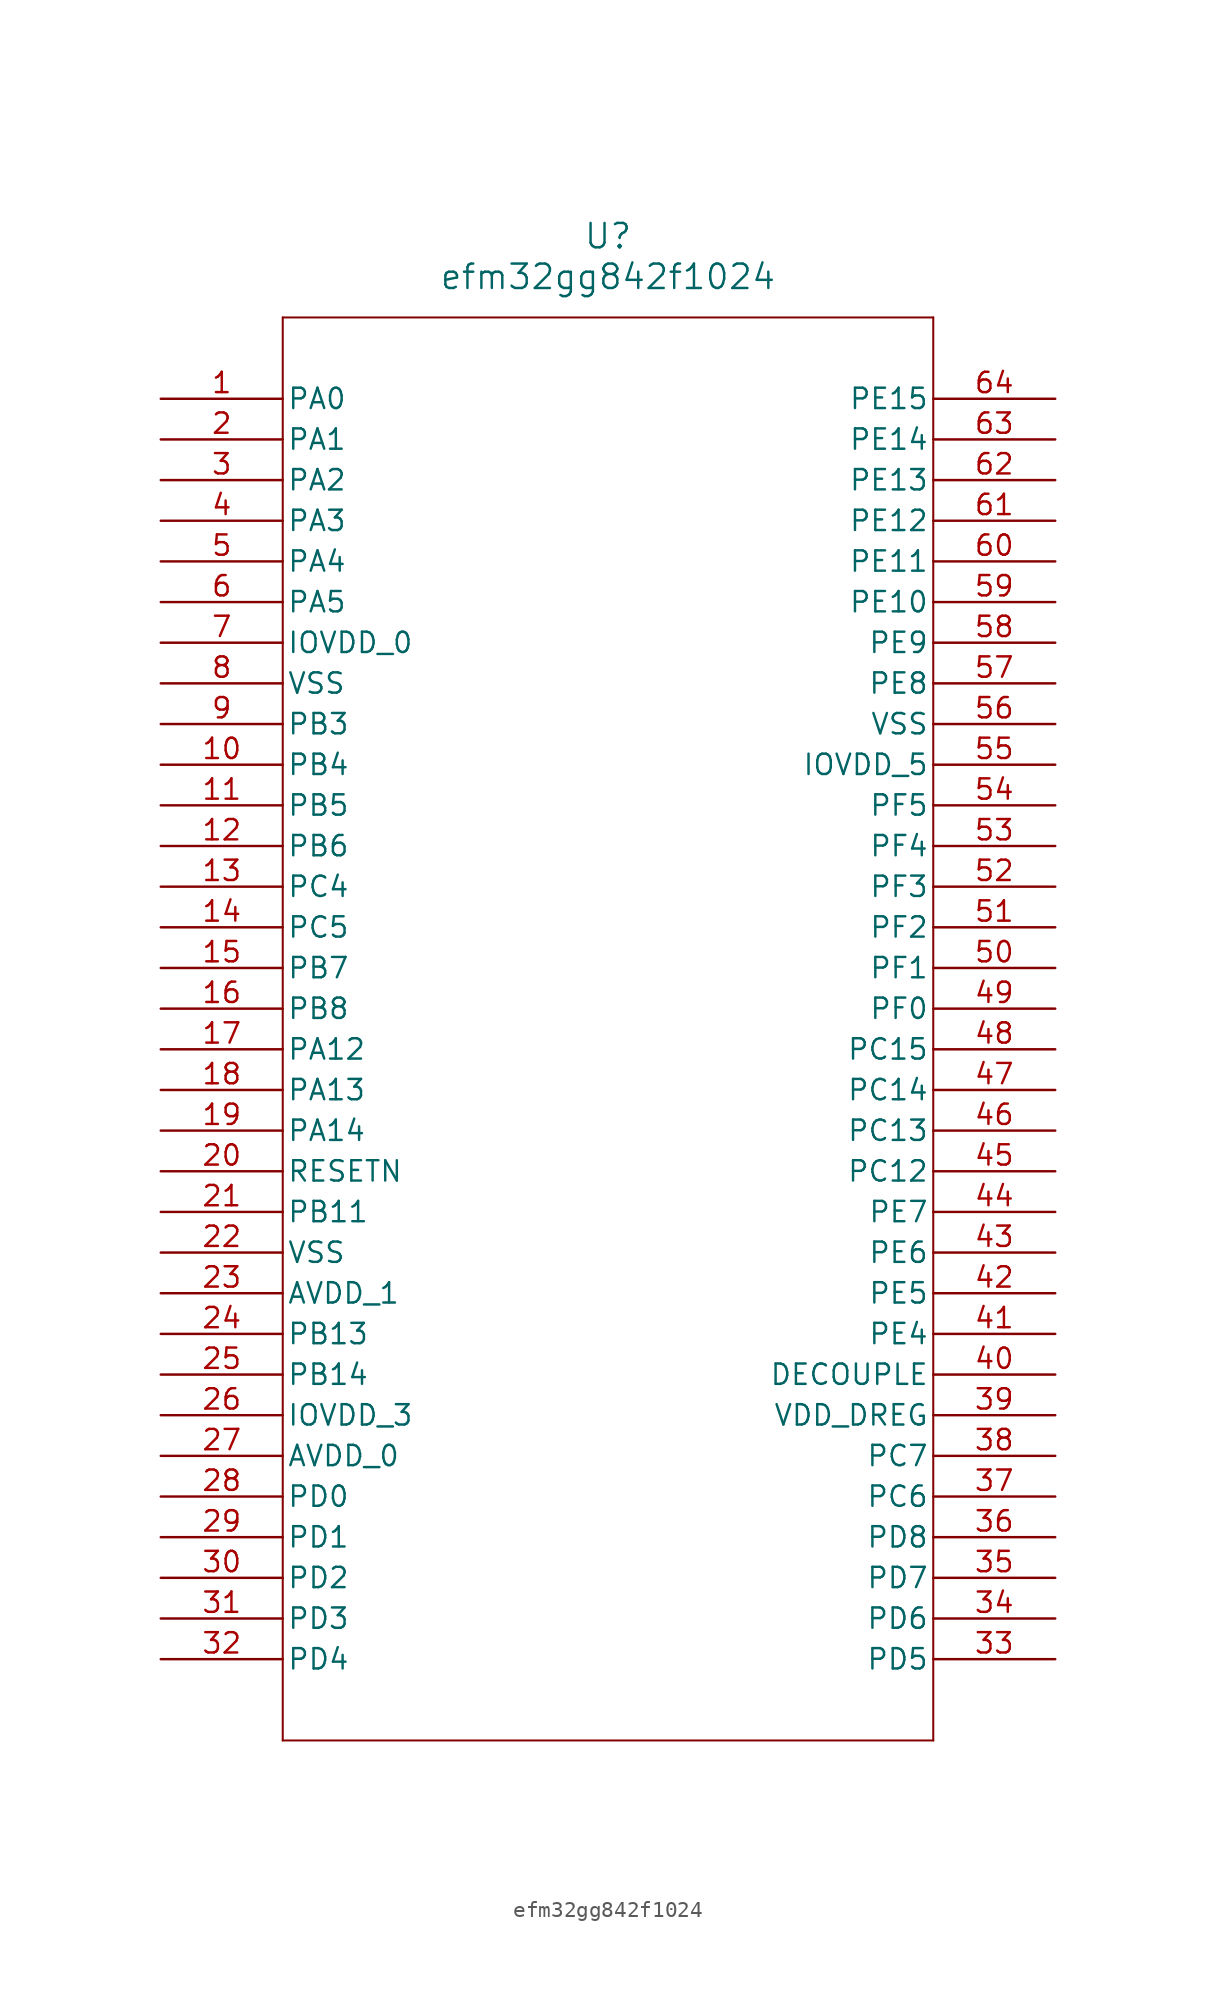
<source format=kicad_sym>
(kicad_symbol_lib
  (version 20231120)
  (generator "kicad_symbol_editor")
  (generator_version "8.0")
  (symbol "efm32gg842f1024"
    (pin_names
      (offset 0.254))
    (property "Reference" "U"
      (at 27.94 10.16 0)
      (effects (font (size 1.524 1.524))))
    (property "Value" "efm32gg842f1024"
      (at 27.94 7.62 0)
      (effects (font (size 1.524 1.524))))
    (symbol "efm32gg842f1024_0_1"
      (polyline (pts (xy 7.62 -83.82) (xy 48.26 -83.82)) (stroke (width 0.127) (type default)) (fill (type none)))
      (polyline (pts (xy 7.62 5.08) (xy 7.62 -83.82)) (stroke (width 0.127) (type default)) (fill (type none)))
      (polyline (pts (xy 48.26 -83.82) (xy 48.26 5.08)) (stroke (width 0.127) (type default)) (fill (type none)))
      (polyline (pts (xy 48.26 5.08) (xy 7.62 5.08)) (stroke (width 0.127) (type default)) (fill (type none)))
      (pin bidirectional line (at 0 0 0) (length 7.62) (name "PA0" (effects (font (size 1.27 1.27)))) (number "1" (effects (font (size 1.27 1.27)))))
      (pin bidirectional line (at 0 -22.86 0) (length 7.62) (name "PB4" (effects (font (size 1.27 1.27)))) (number "10" (effects (font (size 1.27 1.27)))))
      (pin bidirectional line (at 0 -25.4 0) (length 7.62) (name "PB5" (effects (font (size 1.27 1.27)))) (number "11" (effects (font (size 1.27 1.27)))))
      (pin bidirectional line (at 0 -27.94 0) (length 7.62) (name "PB6" (effects (font (size 1.27 1.27)))) (number "12" (effects (font (size 1.27 1.27)))))
      (pin bidirectional line (at 0 -30.48 0) (length 7.62) (name "PC4" (effects (font (size 1.27 1.27)))) (number "13" (effects (font (size 1.27 1.27)))))
      (pin bidirectional line (at 0 -33.02 0) (length 7.62) (name "PC5" (effects (font (size 1.27 1.27)))) (number "14" (effects (font (size 1.27 1.27)))))
      (pin bidirectional line (at 0 -35.56 0) (length 7.62) (name "PB7" (effects (font (size 1.27 1.27)))) (number "15" (effects (font (size 1.27 1.27)))))
      (pin bidirectional line (at 0 -38.1 0) (length 7.62) (name "PB8" (effects (font (size 1.27 1.27)))) (number "16" (effects (font (size 1.27 1.27)))))
      (pin bidirectional line (at 0 -40.64 0) (length 7.62) (name "PA12" (effects (font (size 1.27 1.27)))) (number "17" (effects (font (size 1.27 1.27)))))
      (pin bidirectional line (at 0 -43.18 0) (length 7.62) (name "PA13" (effects (font (size 1.27 1.27)))) (number "18" (effects (font (size 1.27 1.27)))))
      (pin bidirectional line (at 0 -45.72 0) (length 7.62) (name "PA14" (effects (font (size 1.27 1.27)))) (number "19" (effects (font (size 1.27 1.27)))))
      (pin bidirectional line (at 0 -2.54 0) (length 7.62) (name "PA1" (effects (font (size 1.27 1.27)))) (number "2" (effects (font (size 1.27 1.27)))))
      (pin input line (at 0 -48.26 0) (length 7.62) (name "RESETN" (effects (font (size 1.27 1.27)))) (number "20" (effects (font (size 1.27 1.27)))))
      (pin bidirectional line (at 0 -50.8 0) (length 7.62) (name "PB11" (effects (font (size 1.27 1.27)))) (number "21" (effects (font (size 1.27 1.27)))))
      (pin power_in line (at 0 -53.34 0) (length 7.62) (name "VSS" (effects (font (size 1.27 1.27)))) (number "22" (effects (font (size 1.27 1.27)))))
      (pin power_in line (at 0 -55.88 0) (length 7.62) (name "AVDD_1" (effects (font (size 1.27 1.27)))) (number "23" (effects (font (size 1.27 1.27)))))
      (pin bidirectional line (at 0 -58.42 0) (length 7.62) (name "PB13" (effects (font (size 1.27 1.27)))) (number "24" (effects (font (size 1.27 1.27)))))
      (pin bidirectional line (at 0 -60.96 0) (length 7.62) (name "PB14" (effects (font (size 1.27 1.27)))) (number "25" (effects (font (size 1.27 1.27)))))
      (pin power_in line (at 0 -63.5 0) (length 7.62) (name "IOVDD_3" (effects (font (size 1.27 1.27)))) (number "26" (effects (font (size 1.27 1.27)))))
      (pin power_in line (at 0 -66.04 0) (length 7.62) (name "AVDD_0" (effects (font (size 1.27 1.27)))) (number "27" (effects (font (size 1.27 1.27)))))
      (pin bidirectional line (at 0 -68.58 0) (length 7.62) (name "PD0" (effects (font (size 1.27 1.27)))) (number "28" (effects (font (size 1.27 1.27)))))
      (pin bidirectional line (at 0 -71.12 0) (length 7.62) (name "PD1" (effects (font (size 1.27 1.27)))) (number "29" (effects (font (size 1.27 1.27)))))
      (pin bidirectional line (at 0 -5.08 0) (length 7.62) (name "PA2" (effects (font (size 1.27 1.27)))) (number "3" (effects (font (size 1.27 1.27)))))
      (pin bidirectional line (at 0 -73.66 0) (length 7.62) (name "PD2" (effects (font (size 1.27 1.27)))) (number "30" (effects (font (size 1.27 1.27)))))
      (pin bidirectional line (at 0 -76.2 0) (length 7.62) (name "PD3" (effects (font (size 1.27 1.27)))) (number "31" (effects (font (size 1.27 1.27)))))
      (pin bidirectional line (at 0 -78.74 0) (length 7.62) (name "PD4" (effects (font (size 1.27 1.27)))) (number "32" (effects (font (size 1.27 1.27)))))
      (pin bidirectional line (at 55.88 -78.74 180) (length 7.62) (name "PD5" (effects (font (size 1.27 1.27)))) (number "33" (effects (font (size 1.27 1.27)))))
      (pin bidirectional line (at 55.88 -76.2 180) (length 7.62) (name "PD6" (effects (font (size 1.27 1.27)))) (number "34" (effects (font (size 1.27 1.27)))))
      (pin bidirectional line (at 55.88 -73.66 180) (length 7.62) (name "PD7" (effects (font (size 1.27 1.27)))) (number "35" (effects (font (size 1.27 1.27)))))
      (pin bidirectional line (at 55.88 -71.12 180) (length 7.62) (name "PD8" (effects (font (size 1.27 1.27)))) (number "36" (effects (font (size 1.27 1.27)))))
      (pin bidirectional line (at 55.88 -68.58 180) (length 7.62) (name "PC6" (effects (font (size 1.27 1.27)))) (number "37" (effects (font (size 1.27 1.27)))))
      (pin bidirectional line (at 55.88 -66.04 180) (length 7.62) (name "PC7" (effects (font (size 1.27 1.27)))) (number "38" (effects (font (size 1.27 1.27)))))
      (pin power_in line (at 55.88 -63.5 180) (length 7.62) (name "VDD_DREG" (effects (font (size 1.27 1.27)))) (number "39" (effects (font (size 1.27 1.27)))))
      (pin bidirectional line (at 0 -7.62 0) (length 7.62) (name "PA3" (effects (font (size 1.27 1.27)))) (number "4" (effects (font (size 1.27 1.27)))))
      (pin output line (at 55.88 -60.96 180) (length 7.62) (name "DECOUPLE" (effects (font (size 1.27 1.27)))) (number "40" (effects (font (size 1.27 1.27)))))
      (pin bidirectional line (at 55.88 -58.42 180) (length 7.62) (name "PE4" (effects (font (size 1.27 1.27)))) (number "41" (effects (font (size 1.27 1.27)))))
      (pin bidirectional line (at 55.88 -55.88 180) (length 7.62) (name "PE5" (effects (font (size 1.27 1.27)))) (number "42" (effects (font (size 1.27 1.27)))))
      (pin bidirectional line (at 55.88 -53.34 180) (length 7.62) (name "PE6" (effects (font (size 1.27 1.27)))) (number "43" (effects (font (size 1.27 1.27)))))
      (pin bidirectional line (at 55.88 -50.8 180) (length 7.62) (name "PE7" (effects (font (size 1.27 1.27)))) (number "44" (effects (font (size 1.27 1.27)))))
      (pin bidirectional line (at 55.88 -48.26 180) (length 7.62) (name "PC12" (effects (font (size 1.27 1.27)))) (number "45" (effects (font (size 1.27 1.27)))))
      (pin bidirectional line (at 55.88 -45.72 180) (length 7.62) (name "PC13" (effects (font (size 1.27 1.27)))) (number "46" (effects (font (size 1.27 1.27)))))
      (pin bidirectional line (at 55.88 -43.18 180) (length 7.62) (name "PC14" (effects (font (size 1.27 1.27)))) (number "47" (effects (font (size 1.27 1.27)))))
      (pin bidirectional line (at 55.88 -40.64 180) (length 7.62) (name "PC15" (effects (font (size 1.27 1.27)))) (number "48" (effects (font (size 1.27 1.27)))))
      (pin bidirectional line (at 55.88 -38.1 180) (length 7.62) (name "PF0" (effects (font (size 1.27 1.27)))) (number "49" (effects (font (size 1.27 1.27)))))
      (pin bidirectional line (at 0 -10.16 0) (length 7.62) (name "PA4" (effects (font (size 1.27 1.27)))) (number "5" (effects (font (size 1.27 1.27)))))
      (pin bidirectional line (at 55.88 -35.56 180) (length 7.62) (name "PF1" (effects (font (size 1.27 1.27)))) (number "50" (effects (font (size 1.27 1.27)))))
      (pin bidirectional line (at 55.88 -33.02 180) (length 7.62) (name "PF2" (effects (font (size 1.27 1.27)))) (number "51" (effects (font (size 1.27 1.27)))))
      (pin bidirectional line (at 55.88 -30.48 180) (length 7.62) (name "PF3" (effects (font (size 1.27 1.27)))) (number "52" (effects (font (size 1.27 1.27)))))
      (pin bidirectional line (at 55.88 -27.94 180) (length 7.62) (name "PF4" (effects (font (size 1.27 1.27)))) (number "53" (effects (font (size 1.27 1.27)))))
      (pin bidirectional line (at 55.88 -25.4 180) (length 7.62) (name "PF5" (effects (font (size 1.27 1.27)))) (number "54" (effects (font (size 1.27 1.27)))))
      (pin power_in line (at 55.88 -22.86 180) (length 7.62) (name "IOVDD_5" (effects (font (size 1.27 1.27)))) (number "55" (effects (font (size 1.27 1.27)))))
      (pin power_in line (at 55.88 -20.32 180) (length 7.62) (name "VSS" (effects (font (size 1.27 1.27)))) (number "56" (effects (font (size 1.27 1.27)))))
      (pin bidirectional line (at 55.88 -17.78 180) (length 7.62) (name "PE8" (effects (font (size 1.27 1.27)))) (number "57" (effects (font (size 1.27 1.27)))))
      (pin bidirectional line (at 55.88 -15.24 180) (length 7.62) (name "PE9" (effects (font (size 1.27 1.27)))) (number "58" (effects (font (size 1.27 1.27)))))
      (pin bidirectional line (at 55.88 -12.7 180) (length 7.62) (name "PE10" (effects (font (size 1.27 1.27)))) (number "59" (effects (font (size 1.27 1.27)))))
      (pin bidirectional line (at 0 -12.7 0) (length 7.62) (name "PA5" (effects (font (size 1.27 1.27)))) (number "6" (effects (font (size 1.27 1.27)))))
      (pin bidirectional line (at 55.88 -10.16 180) (length 7.62) (name "PE11" (effects (font (size 1.27 1.27)))) (number "60" (effects (font (size 1.27 1.27)))))
      (pin bidirectional line (at 55.88 -7.62 180) (length 7.62) (name "PE12" (effects (font (size 1.27 1.27)))) (number "61" (effects (font (size 1.27 1.27)))))
      (pin bidirectional line (at 55.88 -5.08 180) (length 7.62) (name "PE13" (effects (font (size 1.27 1.27)))) (number "62" (effects (font (size 1.27 1.27)))))
      (pin bidirectional line (at 55.88 -2.54 180) (length 7.62) (name "PE14" (effects (font (size 1.27 1.27)))) (number "63" (effects (font (size 1.27 1.27)))))
      (pin bidirectional line (at 55.88 0 180) (length 7.62) (name "PE15" (effects (font (size 1.27 1.27)))) (number "64" (effects (font (size 1.27 1.27)))))
      (pin power_in line (at 0 -15.24 0) (length 7.62) (name "IOVDD_0" (effects (font (size 1.27 1.27)))) (number "7" (effects (font (size 1.27 1.27)))))
      (pin power_in line (at 0 -17.78 0) (length 7.62) (name "VSS" (effects (font (size 1.27 1.27)))) (number "8" (effects (font (size 1.27 1.27)))))
      (pin bidirectional line (at 0 -20.32 0) (length 7.62) (name "PB3" (effects (font (size 1.27 1.27)))) (number "9" (effects (font (size 1.27 1.27))))))))
</source>
